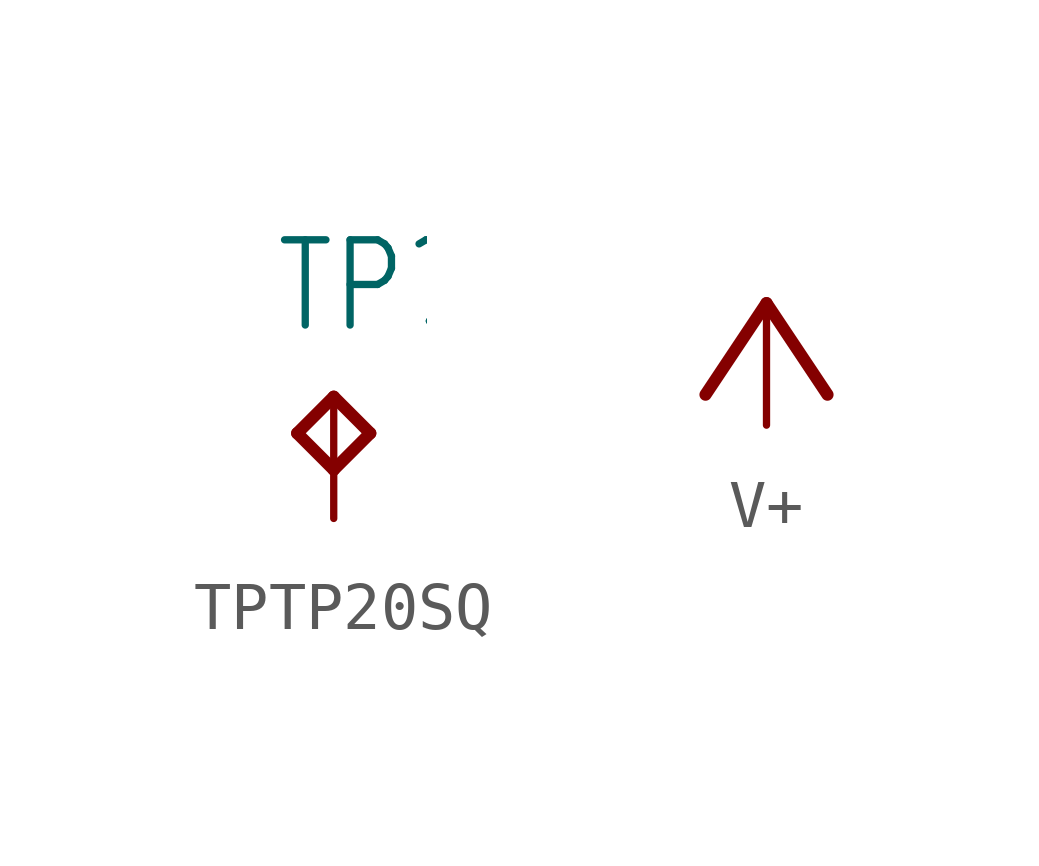
<source format=kicad_sym>
(kicad_symbol_lib
  (version 20231120)
  (generator "kicad_symbol_editor")
  (generator_version "8.99")
  (symbol "TPTP20SQ"
    (property "Reference" "TP"
      (at -1.27 1.27 0)
      (effects (font (size 1.778 1.511)) (justify left bottom)))
    (property "ki_locked" ""
      (at 0 0 0)
      (effects (font (size 1.27 1.27))))
    (symbol "TPTP20SQ_1_0"
      (polyline (pts (xy -0.762 -0.762) (xy 0 0)) (stroke (width 0.254) (type solid)) (fill (type none)))
      (polyline (pts (xy 0 -1.524) (xy -0.762 -0.762)) (stroke (width 0.254) (type solid)) (fill (type none)))
      (polyline (pts (xy 0 0) (xy 0.762 -0.762)) (stroke (width 0.254) (type solid)) (fill (type none)))
      (polyline (pts (xy 0.762 -0.762) (xy 0 -1.524)) (stroke (width 0.254) (type solid)) (fill (type none)))
      (pin input line (at 0 -2.54 90) (length 2.54) (name "TP" (effects (font (size 0 0)))) (number "TP" (effects (font (size 0 0)))))))
  (symbol "V+"
    (power)
    (property "Reference" "#SUPPLY"
      (at 0 0 0)
      (effects (font (size 1.27 1.27)) (hide yes)))
    (property "Value" ""
      (at -1.27 1.27 0)
      (effects (font (size 1.778 1.511)) (justify left bottom)))
    (property "ki_locked" ""
      (at 0 0 0)
      (effects (font (size 1.27 1.27))))
    (symbol "V+_1_0"
      (polyline (pts (xy 0 0) (xy -1.27 -1.905)) (stroke (width 0.254) (type solid)) (fill (type none)))
      (polyline (pts (xy 1.27 -1.905) (xy 0 0)) (stroke (width 0.254) (type solid)) (fill (type none)))
      (pin power_in line (at 0 -2.54 90) (length 2.54) (name "V+" (effects (font (size 0 0)))) (number "1" (effects (font (size 0 0))))))))
</source>
